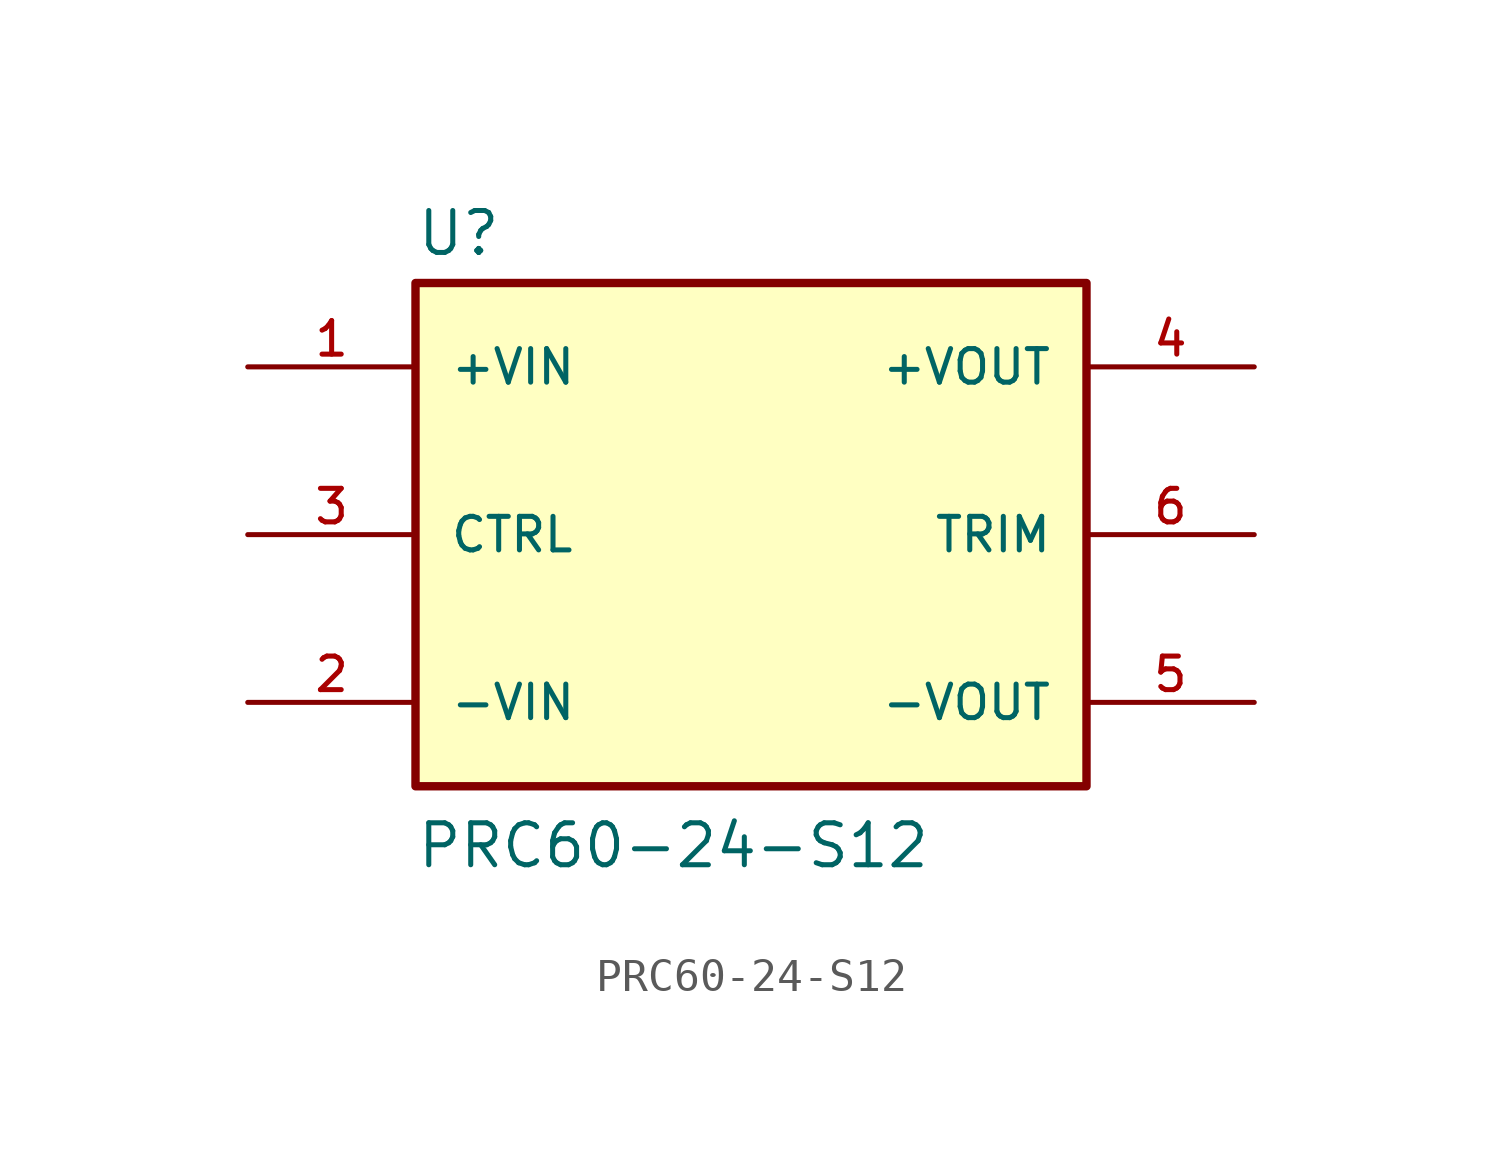
<source format=kicad_sym>
(kicad_symbol_lib
  (version 20231120)
  (generator "kicad_symbol_editor")
  (generator_version "8.0")
  (symbol "PRC60-24-S12"
    (pin_names
      (offset 1.016))
    (property "Reference" "U"
      (at -10.16 8.382 0)
      (effects (font (size 1.27 1.27)) (justify left bottom)))
    (property "Value" "PRC60-24-S12"
      (at -10.16 -10.16 0)
      (effects (font (size 1.27 1.27)) (justify left bottom)))
    (symbol "PRC60-24-S12_0_0"
      (rectangle (start -10.16 -7.62) (end 10.16 7.62) (stroke (width 0.254) (type default)) (fill (type background)))
      (pin input line (at -15.24 5.08 0) (length 5.08) (name "+VIN" (effects (font (size 1.016 1.016)))) (number "1" (effects (font (size 1.016 1.016)))))
      (pin input line (at -15.24 -5.08 0) (length 5.08) (name "-VIN" (effects (font (size 1.016 1.016)))) (number "2" (effects (font (size 1.016 1.016)))))
      (pin input line (at -15.24 0 0) (length 5.08) (name "CTRL" (effects (font (size 1.016 1.016)))) (number "3" (effects (font (size 1.016 1.016)))))
      (pin output line (at 15.24 5.08 180) (length 5.08) (name "+VOUT" (effects (font (size 1.016 1.016)))) (number "4" (effects (font (size 1.016 1.016)))))
      (pin output line (at 15.24 -5.08 180) (length 5.08) (name "-VOUT" (effects (font (size 1.016 1.016)))) (number "5" (effects (font (size 1.016 1.016)))))
      (pin passive line (at 15.24 0 180) (length 5.08) (name "TRIM" (effects (font (size 1.016 1.016)))) (number "6" (effects (font (size 1.016 1.016))))))))
</source>
